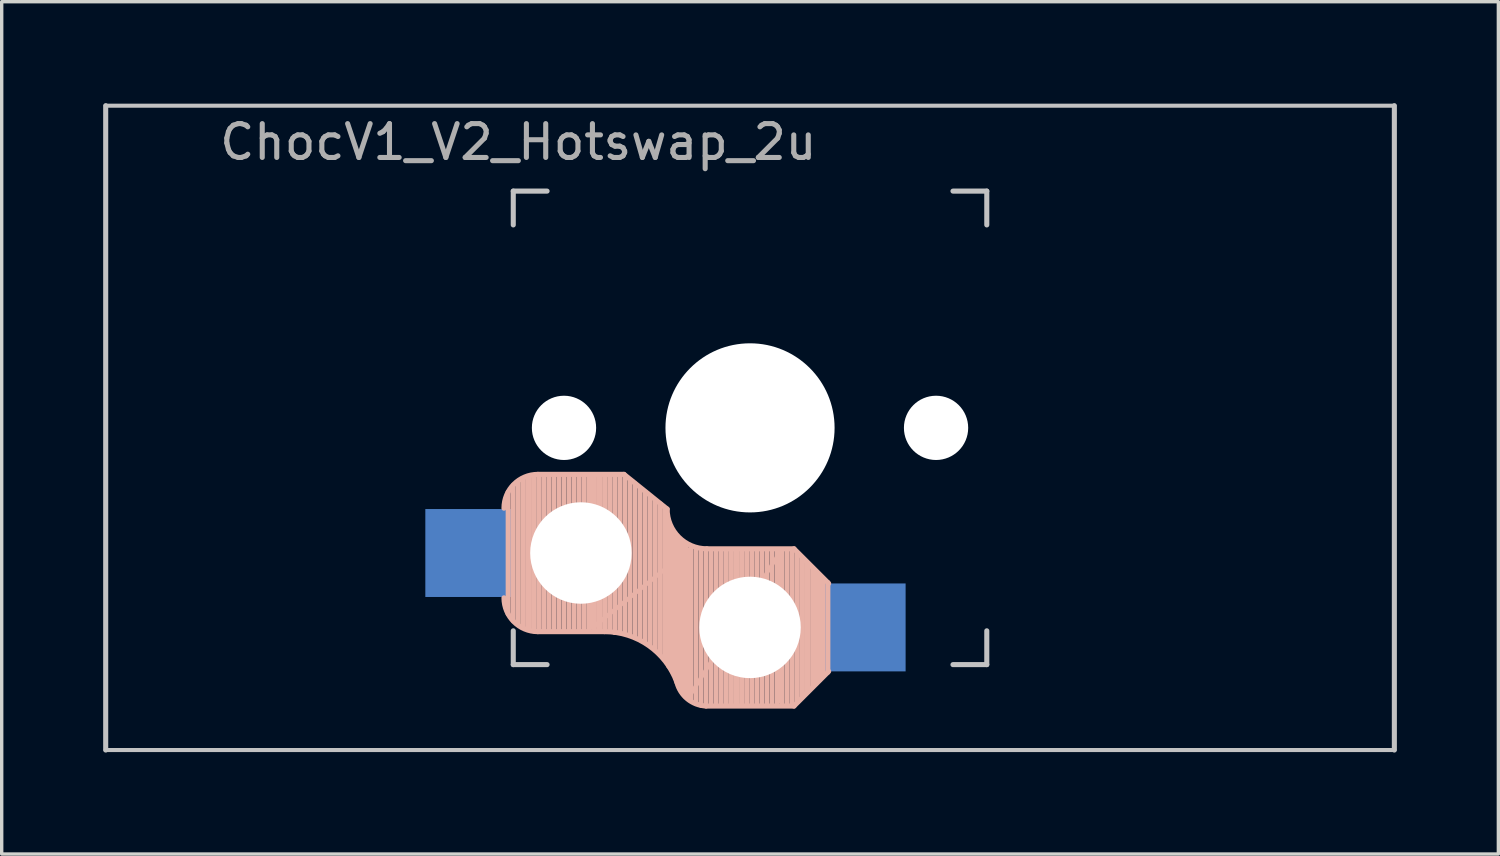
<source format=kicad_pcb>
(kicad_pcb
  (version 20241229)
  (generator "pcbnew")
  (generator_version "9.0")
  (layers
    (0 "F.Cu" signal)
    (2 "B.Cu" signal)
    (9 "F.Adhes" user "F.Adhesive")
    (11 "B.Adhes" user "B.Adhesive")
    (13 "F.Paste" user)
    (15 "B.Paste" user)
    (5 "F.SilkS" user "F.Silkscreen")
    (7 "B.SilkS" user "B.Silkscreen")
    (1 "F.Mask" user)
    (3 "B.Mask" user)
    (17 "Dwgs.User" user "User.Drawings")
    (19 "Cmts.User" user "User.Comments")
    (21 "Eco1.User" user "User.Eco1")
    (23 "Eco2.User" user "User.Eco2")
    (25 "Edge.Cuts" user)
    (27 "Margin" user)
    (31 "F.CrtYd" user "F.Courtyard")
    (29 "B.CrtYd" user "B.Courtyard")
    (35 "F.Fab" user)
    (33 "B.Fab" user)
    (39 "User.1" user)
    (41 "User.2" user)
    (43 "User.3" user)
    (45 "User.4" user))
  (footprint "ChocV1_V2_Hotswap_2u"
    (layer "F.Cu")
    (at 19.125 9.6)
    (property "Reference" "ChocV1_V2_Hotswap_2u" (at -6.85 -8.45 0) (layer "F.Fab") (effects (font (size 1 1) (thickness 0.15))))
    (attr through_hole)
    (fp_line (start -7.15 5.5) (end -7.15 1.9) (stroke (width 0.15) (type solid)) (layer "B.SilkS"))
    (fp_line (start -7 5.7) (end -7 1.7) (stroke (width 0.15) (type solid)) (layer "B.SilkS"))
    (fp_line (start -6.85 5.8) (end -6.85 1.6) (stroke (width 0.15) (type solid)) (layer "B.SilkS"))
    (fp_line (start -6.7 5.9) (end -6.7 1.5) (stroke (width 0.15) (type solid)) (layer "B.SilkS"))
    (fp_line (start -6.55 5.95) (end -6.55 1.45) (stroke (width 0.15) (type solid)) (layer "B.SilkS"))
    (fp_line (start -6.4 6) (end -6.4 1.45) (stroke (width 0.15) (type solid)) (layer "B.SilkS"))
    (fp_line (start -6.25 6) (end -6.25 1.4) (stroke (width 0.15) (type solid)) (layer "B.SilkS"))
    (fp_line (start -6.1 6) (end -6.1 1.4) (stroke (width 0.15) (type solid)) (layer "B.SilkS"))
    (fp_line (start -5.95 6) (end -5.95 1.4) (stroke (width 0.15) (type solid)) (layer "B.SilkS"))
    (fp_line (start -5.8 6) (end -5.8 1.4) (stroke (width 0.15) (type solid)) (layer "B.SilkS"))
    (fp_line (start -5.65 6) (end -5.65 1.4) (stroke (width 0.15) (type solid)) (layer "B.SilkS"))
    (fp_line (start -5.5 6) (end -5.5 1.4) (stroke (width 0.15) (type solid)) (layer "B.SilkS"))
    (fp_line (start -5.35 6) (end -5.35 1.4) (stroke (width 0.15) (type solid)) (layer "B.SilkS"))
    (fp_line (start -5.2 6) (end -5.2 1.4) (stroke (width 0.15) (type solid)) (layer "B.SilkS"))
    (fp_line (start -5.05 6) (end -5.05 1.4) (stroke (width 0.15) (type solid)) (layer "B.SilkS"))
    (fp_line (start -4.9 6) (end -4.9 1.4) (stroke (width 0.15) (type solid)) (layer "B.SilkS"))
    (fp_line (start -4.75 6) (end -4.75 1.4) (stroke (width 0.15) (type solid)) (layer "B.SilkS"))
    (fp_line (start -4.65 5.9) (end -4.65 1.4) (stroke (width 0.12) (type solid)) (layer "B.SilkS"))
    (fp_line (start -4.6 6) (end -4.6 1.4) (stroke (width 0.15) (type solid)) (layer "B.SilkS"))
    (fp_line (start -4.45 6) (end -4.45 1.4) (stroke (width 0.15) (type solid)) (layer "B.SilkS"))
    (fp_line (start -4.3 6) (end -4.3 1.4) (stroke (width 0.15) (type solid)) (layer "B.SilkS"))
    (fp_line (start -4.3 6.025) (end -6.275 6.025) (stroke (width 0.15) (type solid)) (layer "B.SilkS"))
    (fp_line (start -4.15 6) (end -4.15 1.45) (stroke (width 0.15) (type solid)) (layer "B.SilkS"))
    (fp_line (start -4 6.05) (end -4 1.4) (stroke (width 0.15) (type solid)) (layer "B.SilkS"))
    (fp_line (start -3.85 6.05) (end -3.85 1.4) (stroke (width 0.15) (type solid)) (layer "B.SilkS"))
    (fp_line (start -3.725 1.375) (end -6.275 1.375) (stroke (width 0.15) (type solid)) (layer "B.SilkS"))
    (fp_line (start -3.725 1.375) (end -2.45 2.4) (stroke (width 0.15) (type solid)) (layer "B.SilkS"))
    (fp_line (start -3.7 6.05) (end -3.7 1.45) (stroke (width 0.15) (type solid)) (layer "B.SilkS"))
    (fp_line (start -3.55 6.1) (end -3.55 1.55) (stroke (width 0.15) (type solid)) (layer "B.SilkS"))
    (fp_line (start -3.4 6.2) (end -3.4 1.65) (stroke (width 0.15) (type solid)) (layer "B.SilkS"))
    (fp_line (start -3.25 6.25) (end -3.25 1.8) (stroke (width 0.15) (type solid)) (layer "B.SilkS"))
    (fp_line (start -3.1 6.35) (end -3.1 1.9) (stroke (width 0.15) (type solid)) (layer "B.SilkS"))
    (fp_line (start -2.95 6.45) (end -2.95 2.05) (stroke (width 0.15) (type solid)) (layer "B.SilkS"))
    (fp_line (start -2.8 6.55) (end -2.8 2.15) (stroke (width 0.15) (type solid)) (layer "B.SilkS"))
    (fp_line (start -2.65 6.7) (end -2.65 2.25) (stroke (width 0.15) (type solid)) (layer "B.SilkS"))
    (fp_line (start -2.5 6.85) (end -2.5 2.4) (stroke (width 0.15) (type solid)) (layer "B.SilkS"))
    (fp_line (start -2.4 7.05) (end -2.4 2.9) (stroke (width 0.15) (type solid)) (layer "B.SilkS"))
    (fp_line (start -2.3 7.2) (end -2.3 3.05) (stroke (width 0.15) (type solid)) (layer "B.SilkS"))
    (fp_line (start -2.2 7.4) (end -2.2 3.25) (stroke (width 0.15) (type solid)) (layer "B.SilkS"))
    (fp_line (start -2.1 7.55) (end -2.1 3.35) (stroke (width 0.15) (type solid)) (layer "B.SilkS"))
    (fp_line (start -2 7.8) (end -2 3.4) (stroke (width 0.15) (type solid)) (layer "B.SilkS"))
    (fp_line (start -1.9 7.95) (end -1.9 3.45) (stroke (width 0.15) (type solid)) (layer "B.SilkS"))
    (fp_line (start -1.8 3.6) (end -4.65 5.9) (stroke (width 0.12) (type solid)) (layer "B.SilkS"))
    (fp_line (start -1.8 7.95) (end -1.8 3.6) (stroke (width 0.12) (type solid)) (layer "B.SilkS"))
    (fp_line (start -1.75 8.05) (end -1.75 3.5) (stroke (width 0.15) (type solid)) (layer "B.SilkS"))
    (fp_line (start -1.6 8.15) (end -1.6 3.6) (stroke (width 0.15) (type solid)) (layer "B.SilkS"))
    (fp_line (start -1.45 8.2) (end -1.45 3.6) (stroke (width 0.15) (type solid)) (layer "B.SilkS"))
    (fp_line (start -1.3 8.2) (end -1.3 3.6) (stroke (width 0.15) (type solid)) (layer "B.SilkS"))
    (fp_line (start -1.15 8.2) (end -1.15 3.65) (stroke (width 0.15) (type solid)) (layer "B.SilkS"))
    (fp_line (start -1 8.2) (end -1 3.6) (stroke (width 0.15) (type solid)) (layer "B.SilkS"))
    (fp_line (start -0.85 8.2) (end -0.85 3.6) (stroke (width 0.15) (type solid)) (layer "B.SilkS"))
    (fp_line (start -0.7 8.2) (end -0.7 3.6) (stroke (width 0.15) (type solid)) (layer "B.SilkS"))
    (fp_line (start -0.55 8.2) (end -0.55 3.6) (stroke (width 0.15) (type solid)) (layer "B.SilkS"))
    (fp_line (start -0.4 8.2) (end -0.4 3.6) (stroke (width 0.15) (type solid)) (layer "B.SilkS"))
    (fp_line (start -0.25 8.2) (end -0.25 3.6) (stroke (width 0.15) (type solid)) (layer "B.SilkS"))
    (fp_line (start -0.1 8.2) (end -0.1 3.6) (stroke (width 0.15) (type solid)) (layer "B.SilkS"))
    (fp_line (start 0.05 8.2) (end 0.05 3.6) (stroke (width 0.15) (type solid)) (layer "B.SilkS"))
    (fp_line (start 0.2 8.2) (end 0.2 3.6) (stroke (width 0.15) (type solid)) (layer "B.SilkS"))
    (fp_line (start 0.35 8.2) (end 0.35 3.6) (stroke (width 0.15) (type solid)) (layer "B.SilkS"))
    (fp_line (start 0.5 8.2) (end 0.5 3.6) (stroke (width 0.15) (type solid)) (layer "B.SilkS"))
    (fp_line (start 0.65 8.2) (end 0.65 3.6) (stroke (width 0.15) (type solid)) (layer "B.SilkS"))
    (fp_line (start 0.8 8.2) (end 0.8 3.6) (stroke (width 0.15) (type solid)) (layer "B.SilkS"))
    (fp_line (start 0.9 3.65) (end -1.8 7.95) (stroke (width 0.12) (type solid)) (layer "B.SilkS"))
    (fp_line (start 0.9 8.1) (end 0.9 3.65) (stroke (width 0.12) (type solid)) (layer "B.SilkS"))
    (fp_line (start 0.95 8.2) (end 0.95 3.6) (stroke (width 0.15) (type solid)) (layer "B.SilkS"))
    (fp_line (start 1.1 8.2) (end 1.1 3.6) (stroke (width 0.15) (type solid)) (layer "B.SilkS"))
    (fp_line (start 1.25 8.2) (end 1.25 3.6) (stroke (width 0.15) (type solid)) (layer "B.SilkS"))
    (fp_line (start 1.3 3.575) (end -1.275 3.575) (stroke (width 0.15) (type solid)) (layer "B.SilkS"))
    (fp_line (start 1.3 3.575) (end 2.325 4.6) (stroke (width 0.15) (type solid)) (layer "B.SilkS"))
    (fp_line (start 1.3 8.225) (end -1.3 8.225) (stroke (width 0.15) (type solid)) (layer "B.SilkS"))
    (fp_line (start 1.3 8.225) (end 2.325 7.2) (stroke (width 0.15) (type solid)) (layer "B.SilkS"))
    (fp_line (start 1.4 8.1) (end 1.4 3.7) (stroke (width 0.15) (type solid)) (layer "B.SilkS"))
    (fp_line (start 1.55 7.95) (end 1.55 3.85) (stroke (width 0.15) (type solid)) (layer "B.SilkS"))
    (fp_line (start 1.7 7.8) (end 1.7 4) (stroke (width 0.15) (type solid)) (layer "B.SilkS"))
    (fp_line (start 1.85 7.65) (end 1.85 4.15) (stroke (width 0.15) (type solid)) (layer "B.SilkS"))
    (fp_line (start 1.95 7.55) (end 1.95 4.25) (stroke (width 0.15) (type solid)) (layer "B.SilkS"))
    (fp_line (start 2.05 7.45) (end 2.05 4.35) (stroke (width 0.15) (type solid)) (layer "B.SilkS"))
    (fp_line (start 2.15 7.35) (end 2.15 4.45) (stroke (width 0.15) (type solid)) (layer "B.SilkS"))
    (fp_line (start 2.3 4.575) (end 2.3 7.225) (stroke (width 0.15) (type solid)) (layer "B.SilkS"))
    (fp_arc (start -7.275 2.375) (mid -6.982107 1.667893) (end -6.275 1.375) (stroke (width 0.15) (type solid)) (layer "B.SilkS"))
    (fp_arc (start -6.275 6.025) (mid -6.982107 5.732107) (end -7.275 5.025) (stroke (width 0.15) (type solid)) (layer "B.SilkS"))
    (fp_arc (start -4.3 6.025) (mid -2.995114 6.436429) (end -2.162199 7.521904) (stroke (width 0.15) (type solid)) (layer "B.SilkS"))
    (fp_arc (start -1.300995 8.223791) (mid -1.848284 8.016021) (end -2.162199 7.521904) (stroke (width 0.15) (type solid)) (layer "B.SilkS"))
    (fp_arc (start -1.275 3.575) (mid -2.10585 3.23085) (end -2.45 2.4) (stroke (width 0.15) (type solid)) (layer "B.SilkS"))
    (fp_line (start -19.05 -9.525) (end 19.05 -9.525) (stroke (width 0.12) (type solid)) (layer "Dwgs.User"))
    (fp_line (start -19.05 9.525) (end -19.05 -9.525) (stroke (width 0.15) (type solid)) (layer "Dwgs.User"))
    (fp_line (start -19.05 9.525) (end 19.05 9.525) (stroke (width 0.12) (type solid)) (layer "Dwgs.User"))
    (fp_line (start -7 -7) (end -6 -7) (stroke (width 0.15) (type solid)) (layer "Dwgs.User"))
    (fp_line (start -7 -6) (end -7 -7) (stroke (width 0.15) (type solid)) (layer "Dwgs.User"))
    (fp_line (start -7 7) (end -7 6) (stroke (width 0.15) (type solid)) (layer "Dwgs.User"))
    (fp_line (start -6 7) (end -7 7) (stroke (width 0.15) (type solid)) (layer "Dwgs.User"))
    (fp_line (start 6 7) (end 7 7) (stroke (width 0.15) (type solid)) (layer "Dwgs.User"))
    (fp_line (start 7 -7) (end 6 -7) (stroke (width 0.15) (type solid)) (layer "Dwgs.User"))
    (fp_line (start 7 -6) (end 7 -7) (stroke (width 0.15) (type solid)) (layer "Dwgs.User"))
    (fp_line (start 7 7) (end 7 6) (stroke (width 0.15) (type solid)) (layer "Dwgs.User"))
    (fp_line (start 19.05 -9.525) (end 19.05 9.525) (stroke (width 0.15) (type solid)) (layer "Dwgs.User"))
    (pad "" np_thru_hole circle (at -5.5 0 90) (size 1.9 1.9) (drill 1.9) (layers "*.Cu"))
    (pad "" np_thru_hole circle (at -5 3.7 90) (size 3 3) (drill 3) (layers "*.Cu" "*.Mask"))
    (pad "" np_thru_hole circle (at 0 0 90) (size 5 5) (drill 5) (layers "*.Cu"))
    (pad "" np_thru_hole circle (at 0 5.9 90) (size 3 3) (drill 3) (layers "*.Cu" "*.Mask"))
    (pad "" np_thru_hole circle (at 5.5 0 90) (size 1.9 1.9) (drill 1.9) (layers "*.Cu"))
    (pad "1" smd rect (at -8.3 3.7 180) (size 2.6 2.6) (layers "B.Cu" "B.Mask" "B.Paste"))
    (pad "2" smd rect (at 3.3 5.9 180) (size 2.6 2.6) (layers "B.Cu" "B.Mask" "B.Paste")))
  (gr_rect
    (start -3 -3)
    (end 41.25 22.2)
    (stroke (width 0.1) (type default))
    (fill no)
    (layer "Edge.Cuts")))
</source>
